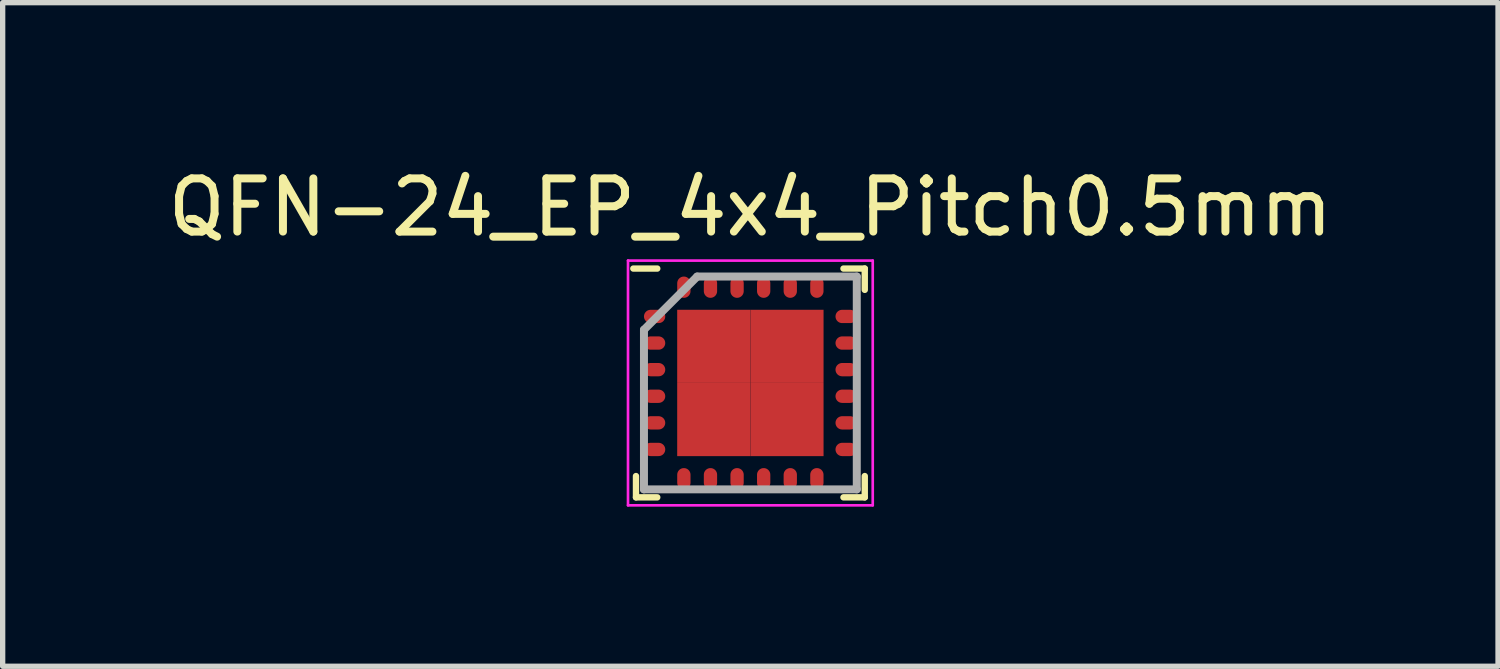
<source format=kicad_pcb>
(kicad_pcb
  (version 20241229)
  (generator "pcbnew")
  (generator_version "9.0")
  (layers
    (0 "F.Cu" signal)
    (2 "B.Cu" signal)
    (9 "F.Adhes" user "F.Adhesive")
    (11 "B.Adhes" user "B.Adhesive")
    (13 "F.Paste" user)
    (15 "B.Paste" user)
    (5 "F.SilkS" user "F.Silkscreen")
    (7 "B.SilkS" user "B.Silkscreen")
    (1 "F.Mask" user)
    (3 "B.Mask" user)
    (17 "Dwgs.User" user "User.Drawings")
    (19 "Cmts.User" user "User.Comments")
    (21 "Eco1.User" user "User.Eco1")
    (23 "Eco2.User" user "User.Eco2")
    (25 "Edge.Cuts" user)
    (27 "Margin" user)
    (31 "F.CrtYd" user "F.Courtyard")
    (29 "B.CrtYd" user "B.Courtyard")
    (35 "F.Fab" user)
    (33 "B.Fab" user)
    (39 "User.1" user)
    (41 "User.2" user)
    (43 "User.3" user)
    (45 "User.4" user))
  (footprint "QFN-24_EP_4x4_Pitch0.5mm"
    (layer "F.Cu")
    (at 11.054 4.148)
    (property "Reference" "QFN-24_EP_4x4_Pitch0.5mm" (at 0 -3.3 0) (layer "F.SilkS") (effects (font (size 1 1) (thickness 0.15))))
    (attr smd)
    (fp_line (start -2.15 2.15) (end -2.15 1.75) (stroke (width 0.12) (type default)) (layer "F.SilkS"))
    (fp_line (start -1.75 -2.15) (end -2.2 -2.15) (stroke (width 0.12) (type default)) (layer "F.SilkS"))
    (fp_line (start -1.75 2.15) (end -2.15 2.15) (stroke (width 0.12) (type default)) (layer "F.SilkS"))
    (fp_line (start 1.75 -2.15) (end 2.15 -2.15) (stroke (width 0.12) (type default)) (layer "F.SilkS"))
    (fp_line (start 1.75 2.15) (end 2.15 2.15) (stroke (width 0.12) (type default)) (layer "F.SilkS"))
    (fp_line (start 2.15 -2.15) (end 2.15 -1.75) (stroke (width 0.12) (type default)) (layer "F.SilkS"))
    (fp_line (start 2.15 2.15) (end 2.15 1.75) (stroke (width 0.12) (type default)) (layer "F.SilkS"))
    (fp_line (start -2.3 -2.3) (end 2.3 -2.3) (stroke (width 0.05) (type default)) (layer "F.CrtYd"))
    (fp_line (start -2.3 2.3) (end -2.3 -2.3) (stroke (width 0.05) (type default)) (layer "F.CrtYd"))
    (fp_line (start 2.3 -2.3) (end 2.3 2.3) (stroke (width 0.05) (type default)) (layer "F.CrtYd"))
    (fp_line (start 2.3 2.3) (end -2.3 2.3) (stroke (width 0.05) (type default)) (layer "F.CrtYd"))
    (fp_line (start -2 -1) (end -2 2) (stroke (width 0.15) (type default)) (layer "F.Fab"))
    (fp_line (start -2 2) (end 2 2) (stroke (width 0.15) (type default)) (layer "F.Fab"))
    (fp_line (start -1 -2) (end -2 -1) (stroke (width 0.15) (type default)) (layer "F.Fab"))
    (fp_line (start 2 -2) (end -1 -2) (stroke (width 0.15) (type default)) (layer "F.Fab"))
    (fp_line (start 2 2) (end 2 -2) (stroke (width 0.15) (type default)) (layer "F.Fab"))
    (pad "1" smd oval (at -1.8 -1.25 90) (size 0.25 0.4) (layers "F.Cu" "F.Mask" "F.Paste"))
    (pad "2" smd oval (at -1.8 -0.75 90) (size 0.25 0.4) (layers "F.Cu" "F.Mask" "F.Paste"))
    (pad "3" smd oval (at -1.8 -0.25 90) (size 0.25 0.4) (layers "F.Cu" "F.Mask" "F.Paste"))
    (pad "4" smd oval (at -1.8 0.25 90) (size 0.25 0.4) (layers "F.Cu" "F.Mask" "F.Paste"))
    (pad "5" smd oval (at -1.8 0.75 90) (size 0.25 0.4) (layers "F.Cu" "F.Mask" "F.Paste"))
    (pad "6" smd oval (at -1.8 1.25 90) (size 0.25 0.4) (layers "F.Cu" "F.Mask" "F.Paste"))
    (pad "7" smd oval (at -1.25 1.8) (size 0.25 0.4) (layers "F.Cu" "F.Mask" "F.Paste"))
    (pad "8" smd oval (at -0.75 1.8) (size 0.25 0.4) (layers "F.Cu" "F.Mask" "F.Paste"))
    (pad "9" smd oval (at -0.25 1.8) (size 0.25 0.4) (layers "F.Cu" "F.Mask" "F.Paste"))
    (pad "10" smd oval (at 0.25 1.8) (size 0.25 0.4) (layers "F.Cu" "F.Mask" "F.Paste"))
    (pad "11" smd oval (at 0.75 1.8) (size 0.25 0.4) (layers "F.Cu" "F.Mask" "F.Paste"))
    (pad "12" smd oval (at 1.25 1.8) (size 0.25 0.4) (layers "F.Cu" "F.Mask" "F.Paste"))
    (pad "13" smd oval (at 1.8 1.25 90) (size 0.25 0.4) (layers "F.Cu" "F.Mask" "F.Paste"))
    (pad "14" smd oval (at 1.8 0.75 90) (size 0.25 0.4) (layers "F.Cu" "F.Mask" "F.Paste"))
    (pad "15" smd oval (at 1.8 0.25 90) (size 0.25 0.4) (layers "F.Cu" "F.Mask" "F.Paste"))
    (pad "16" smd oval (at 1.8 -0.25 90) (size 0.25 0.4) (layers "F.Cu" "F.Mask" "F.Paste"))
    (pad "17" smd oval (at 1.8 -0.75 90) (size 0.25 0.4) (layers "F.Cu" "F.Mask" "F.Paste"))
    (pad "18" smd oval (at 1.8 -1.25 90) (size 0.25 0.4) (layers "F.Cu" "F.Mask" "F.Paste"))
    (pad "19" smd oval (at 1.25 -1.8) (size 0.25 0.4) (layers "F.Cu" "F.Mask" "F.Paste"))
    (pad "20" smd oval (at 0.75 -1.8) (size 0.25 0.4) (layers "F.Cu" "F.Mask" "F.Paste"))
    (pad "21" smd oval (at 0.25 -1.8) (size 0.25 0.4) (layers "F.Cu" "F.Mask" "F.Paste"))
    (pad "22" smd oval (at -0.25 -1.8) (size 0.25 0.4) (layers "F.Cu" "F.Mask" "F.Paste"))
    (pad "23" smd oval (at -0.75 -1.8) (size 0.25 0.4) (layers "F.Cu" "F.Mask" "F.Paste"))
    (pad "24" smd oval (at -1.25 -1.8) (size 0.25 0.4) (layers "F.Cu" "F.Mask" "F.Paste"))
    (pad "25" smd rect (at -0.688 -0.688) (size 1.375 1.375) (layers "F.Cu" "F.Mask" "F.Paste"))
    (pad "25" smd rect (at -0.688 0.688) (size 1.375 1.375) (layers "F.Cu" "F.Mask" "F.Paste"))
    (pad "25" smd rect (at 0.688 -0.688) (size 1.375 1.375) (layers "F.Cu" "F.Mask" "F.Paste"))
    (pad "25" smd rect (at 0.688 0.688) (size 1.375 1.375) (layers "F.Cu" "F.Mask" "F.Paste")))
  (gr_rect
    (start -3 -3)
    (end 25.107 9.473)
    (stroke (width 0.1) (type default))
    (fill no)
    (layer "Edge.Cuts")))
</source>
